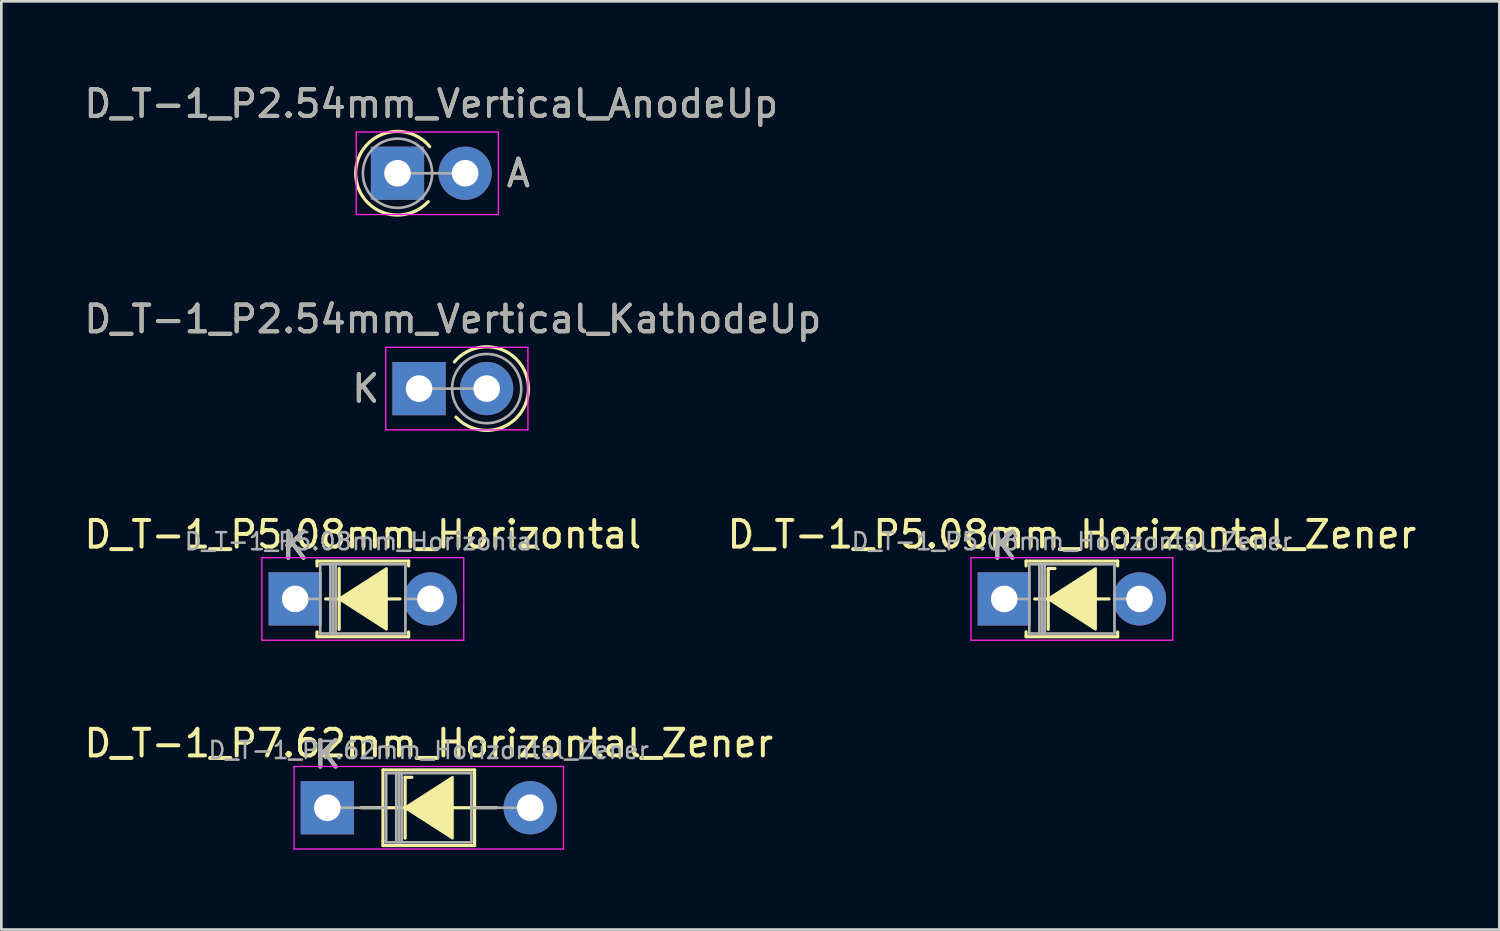
<source format=kicad_pcb>
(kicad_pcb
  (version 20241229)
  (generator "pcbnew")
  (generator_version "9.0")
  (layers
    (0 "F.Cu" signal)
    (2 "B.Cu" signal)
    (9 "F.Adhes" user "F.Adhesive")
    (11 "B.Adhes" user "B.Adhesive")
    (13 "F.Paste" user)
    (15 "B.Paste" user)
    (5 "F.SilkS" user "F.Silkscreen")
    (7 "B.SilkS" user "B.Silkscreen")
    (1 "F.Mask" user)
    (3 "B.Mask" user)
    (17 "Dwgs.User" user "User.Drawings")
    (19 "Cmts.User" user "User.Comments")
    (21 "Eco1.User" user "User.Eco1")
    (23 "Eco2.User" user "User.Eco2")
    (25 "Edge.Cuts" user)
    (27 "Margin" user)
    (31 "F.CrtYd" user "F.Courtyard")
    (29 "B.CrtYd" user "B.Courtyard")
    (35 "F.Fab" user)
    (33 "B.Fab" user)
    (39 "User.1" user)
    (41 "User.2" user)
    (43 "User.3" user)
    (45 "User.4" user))
  (footprint "D_T-1_P5.08mm_Horizontal"
    (layer "F.Cu")
    (at 8.037 19.444)
    (property "Reference" "D_T-1_P5.08mm_Horizontal" (at 2.54 -2.42 0) (layer "F.SilkS") (effects (font (size 1 1) (thickness 0.15))))
    (attr through_hole)
    (fp_line (start 0.82 -1.42) (end 4.26 -1.42) (stroke (width 0.12) (type solid)) (layer "F.SilkS"))
    (fp_line (start 0.82 -1.24) (end 0.82 -1.42) (stroke (width 0.12) (type solid)) (layer "F.SilkS"))
    (fp_line (start 0.82 1.24) (end 0.82 1.42) (stroke (width 0.12) (type solid)) (layer "F.SilkS"))
    (fp_line (start 0.82 1.42) (end 4.26 1.42) (stroke (width 0.12) (type solid)) (layer "F.SilkS"))
    (fp_line (start 1.651 -1.143) (end 1.651 1.143) (stroke (width 0.12) (type solid)) (layer "F.SilkS"))
    (fp_line (start 1.778 0) (end 1.143 0) (stroke (width 0.12) (type solid)) (layer "F.SilkS"))
    (fp_line (start 3.429 0) (end 3.937 0) (stroke (width 0.12) (type solid)) (layer "F.SilkS"))
    (fp_line (start 4.26 -1.42) (end 4.26 -1.24) (stroke (width 0.12) (type solid)) (layer "F.SilkS"))
    (fp_line (start 4.26 1.42) (end 4.26 1.24) (stroke (width 0.12) (type solid)) (layer "F.SilkS"))
    (fp_poly (pts (xy 3.429 1.143) (xy 1.651 0) (xy 3.429 -1.143)) (stroke (width 0.1) (type solid)) (fill yes) (layer "F.SilkS"))
    (fp_line (start -1.25 -1.55) (end -1.25 1.55) (stroke (width 0.05) (type solid)) (layer "F.CrtYd"))
    (fp_line (start -1.25 1.55) (end 6.33 1.55) (stroke (width 0.05) (type solid)) (layer "F.CrtYd"))
    (fp_line (start 6.33 -1.55) (end -1.25 -1.55) (stroke (width 0.05) (type solid)) (layer "F.CrtYd"))
    (fp_line (start 6.33 1.55) (end 6.33 -1.55) (stroke (width 0.05) (type solid)) (layer "F.CrtYd"))
    (fp_line (start 0 0) (end 0.94 0) (stroke (width 0.1) (type solid)) (layer "F.Fab"))
    (fp_line (start 0.94 -1.3) (end 0.94 1.3) (stroke (width 0.1) (type solid)) (layer "F.Fab"))
    (fp_line (start 0.94 1.3) (end 4.14 1.3) (stroke (width 0.1) (type solid)) (layer "F.Fab"))
    (fp_line (start 1.32 -1.3) (end 1.32 1.3) (stroke (width 0.1) (type solid)) (layer "F.Fab"))
    (fp_line (start 1.42 -1.3) (end 1.42 1.3) (stroke (width 0.1) (type solid)) (layer "F.Fab"))
    (fp_line (start 1.52 -1.3) (end 1.52 1.3) (stroke (width 0.1) (type solid)) (layer "F.Fab"))
    (fp_line (start 4.14 -1.3) (end 0.94 -1.3) (stroke (width 0.1) (type solid)) (layer "F.Fab"))
    (fp_line (start 4.14 1.3) (end 4.14 -1.3) (stroke (width 0.1) (type solid)) (layer "F.Fab"))
    (fp_line (start 5.08 0) (end 4.14 0) (stroke (width 0.1) (type solid)) (layer "F.Fab"))
    (fp_text user "K" (at 0 -2 0) (layer "F.SilkS") (effects (font (size 1 1) (thickness 0.15))))
    (fp_text user "${REFERENCE}" (at 2.54 -2.159 0) (layer "F.Fab") (effects (font (size 0.64 0.64) (thickness 0.096))))
    (fp_text user "K" (at 0 -2 0) (layer "F.Fab") (effects (font (size 1 1) (thickness 0.15))))
    (pad "1" thru_hole rect (at 0 0) (size 2 2) (drill 1) (layers "*.Cu" "*.Mask"))
    (pad "2" thru_hole oval (at 5.08 0) (size 2 2) (drill 1) (layers "*.Cu" "*.Mask")))
  (footprint "D_T-1_P5.08mm_Horizontal_Zener"
    (layer "F.Cu")
    (at 34.668 19.444)
    (property "Reference" "D_T-1_P5.08mm_Horizontal_Zener" (at 2.54 -2.42 0) (layer "F.SilkS") (effects (font (size 1 1) (thickness 0.15))))
    (attr through_hole)
    (fp_line (start 0.82 -1.42) (end 4.26 -1.42) (stroke (width 0.12) (type solid)) (layer "F.SilkS"))
    (fp_line (start 0.82 -1.24) (end 0.82 -1.42) (stroke (width 0.12) (type solid)) (layer "F.SilkS"))
    (fp_line (start 0.82 1.24) (end 0.82 1.42) (stroke (width 0.12) (type solid)) (layer "F.SilkS"))
    (fp_line (start 0.82 1.42) (end 4.26 1.42) (stroke (width 0.12) (type solid)) (layer "F.SilkS"))
    (fp_line (start 1.651 -1.143) (end 1.651 1.143) (stroke (width 0.12) (type solid)) (layer "F.SilkS"))
    (fp_line (start 1.651 -1.143) (end 1.905 -1.143) (stroke (width 0.12) (type solid)) (layer "F.SilkS"))
    (fp_line (start 1.778 0) (end 1.143 0) (stroke (width 0.12) (type solid)) (layer "F.SilkS"))
    (fp_line (start 3.429 0) (end 3.937 0) (stroke (width 0.12) (type solid)) (layer "F.SilkS"))
    (fp_line (start 4.26 -1.42) (end 4.26 -1.24) (stroke (width 0.12) (type solid)) (layer "F.SilkS"))
    (fp_line (start 4.26 1.42) (end 4.26 1.24) (stroke (width 0.12) (type solid)) (layer "F.SilkS"))
    (fp_poly (pts (xy 3.429 1.143) (xy 1.651 0) (xy 3.429 -1.143)) (stroke (width 0.1) (type solid)) (fill yes) (layer "F.SilkS"))
    (fp_line (start -1.25 -1.55) (end -1.25 1.55) (stroke (width 0.05) (type solid)) (layer "F.CrtYd"))
    (fp_line (start -1.25 1.55) (end 6.33 1.55) (stroke (width 0.05) (type solid)) (layer "F.CrtYd"))
    (fp_line (start 6.33 -1.55) (end -1.25 -1.55) (stroke (width 0.05) (type solid)) (layer "F.CrtYd"))
    (fp_line (start 6.33 1.55) (end 6.33 -1.55) (stroke (width 0.05) (type solid)) (layer "F.CrtYd"))
    (fp_line (start 0 0) (end 0.94 0) (stroke (width 0.1) (type solid)) (layer "F.Fab"))
    (fp_line (start 0.94 -1.3) (end 0.94 1.3) (stroke (width 0.1) (type solid)) (layer "F.Fab"))
    (fp_line (start 0.94 1.3) (end 4.14 1.3) (stroke (width 0.1) (type solid)) (layer "F.Fab"))
    (fp_line (start 1.32 -1.3) (end 1.32 1.3) (stroke (width 0.1) (type solid)) (layer "F.Fab"))
    (fp_line (start 1.42 -1.3) (end 1.42 1.3) (stroke (width 0.1) (type solid)) (layer "F.Fab"))
    (fp_line (start 1.52 -1.3) (end 1.52 1.3) (stroke (width 0.1) (type solid)) (layer "F.Fab"))
    (fp_line (start 4.14 -1.3) (end 0.94 -1.3) (stroke (width 0.1) (type solid)) (layer "F.Fab"))
    (fp_line (start 4.14 1.3) (end 4.14 -1.3) (stroke (width 0.1) (type solid)) (layer "F.Fab"))
    (fp_line (start 5.08 0) (end 4.14 0) (stroke (width 0.1) (type solid)) (layer "F.Fab"))
    (fp_text user "K" (at 0 -2 0) (layer "F.SilkS") (effects (font (size 1 1) (thickness 0.15))))
    (fp_text user "${REFERENCE}" (at 2.54 -2.159 0) (layer "F.Fab") (effects (font (size 0.64 0.64) (thickness 0.096))))
    (fp_text user "K" (at 0 -2 0) (layer "F.Fab") (effects (font (size 1 1) (thickness 0.15))))
    (pad "1" thru_hole rect (at 0 0) (size 2 2) (drill 1) (layers "*.Cu" "*.Mask"))
    (pad "2" thru_hole oval (at 5.08 0) (size 2 2) (drill 1) (layers "*.Cu" "*.Mask")))
  (footprint "D_T-1_P2.54mm_Vertical_AnodeUp"
    (layer "F.Cu")
    (at 11.879 3.457)
    (property "Reference" "D_T-1_P2.54mm_Vertical_AnodeUp" (at 1.27 -2.609 0) (layer "F.SilkS") (effects (font (size 1 1) (thickness 0.15))))
    (attr through_hole)
    (fp_arc (start 1.151253 1.067982) (mid -1.56969 -0.045178) (end 1.210772 -1) (stroke (width 0.12) (type solid)) (layer "F.SilkS"))
    (fp_line (start -1.55 -1.55) (end -1.55 1.55) (stroke (width 0.05) (type solid)) (layer "F.CrtYd"))
    (fp_line (start -1.55 1.55) (end 3.79 1.55) (stroke (width 0.05) (type solid)) (layer "F.CrtYd"))
    (fp_line (start 3.79 -1.55) (end -1.55 -1.55) (stroke (width 0.05) (type solid)) (layer "F.CrtYd"))
    (fp_line (start 3.79 1.55) (end 3.79 -1.55) (stroke (width 0.05) (type solid)) (layer "F.CrtYd"))
    (fp_line (start 0 0) (end 2.54 0) (stroke (width 0.1) (type solid)) (layer "F.Fab"))
    (fp_circle (center 0 0) (end 1.3 0) (stroke (width 0.1) (type solid)) (fill no) (layer "F.Fab"))
    (fp_text user "A" (at 4.54 0 0) (layer "F.SilkS") (effects (font (size 1 1) (thickness 0.15))))
    (fp_text user "${REFERENCE}" (at 1.27 -2.609 0) (layer "F.Fab") (effects (font (size 1 1) (thickness 0.15))))
    (fp_text user "A" (at 4.54 0 0) (layer "F.Fab") (effects (font (size 1 1) (thickness 0.15))))
    (pad "1" thru_hole rect (at 0 0) (size 2 2) (drill 1) (layers "*.Cu" "*.Mask"))
    (pad "2" thru_hole oval (at 2.54 0) (size 2 2) (drill 1) (layers "*.Cu" "*.Mask")))
  (footprint "D_T-1_P2.54mm_Vertical_KathodeUp"
    (layer "F.Cu")
    (at 12.688 11.545)
    (property "Reference" "D_T-1_P2.54mm_Vertical_KathodeUp" (at 1.27 -2.609 0) (layer "F.SilkS") (effects (font (size 1 1) (thickness 0.15))))
    (attr through_hole)
    (fp_arc (start 1.329228 -1) (mid 4.10969 -0.045178) (end 1.388747 1.067982) (stroke (width 0.12) (type solid)) (layer "F.SilkS"))
    (fp_line (start -1.25 -1.55) (end -1.25 1.55) (stroke (width 0.05) (type solid)) (layer "F.CrtYd"))
    (fp_line (start -1.25 1.55) (end 4.09 1.55) (stroke (width 0.05) (type solid)) (layer "F.CrtYd"))
    (fp_line (start 4.09 -1.55) (end -1.25 -1.55) (stroke (width 0.05) (type solid)) (layer "F.CrtYd"))
    (fp_line (start 4.09 1.55) (end 4.09 -1.55) (stroke (width 0.05) (type solid)) (layer "F.CrtYd"))
    (fp_line (start 0 0) (end 2.54 0) (stroke (width 0.1) (type solid)) (layer "F.Fab"))
    (fp_circle (center 2.54 0) (end 3.84 0) (stroke (width 0.1) (type solid)) (fill no) (layer "F.Fab"))
    (fp_text user "K" (at -2 0 0) (layer "F.SilkS") (effects (font (size 1 1) (thickness 0.15))))
    (fp_text user "${REFERENCE}" (at 1.27 -2.609 0) (layer "F.Fab") (effects (font (size 1 1) (thickness 0.15))))
    (fp_text user "K" (at -2 0 0) (layer "F.Fab") (effects (font (size 1 1) (thickness 0.15))))
    (pad "1" thru_hole rect (at 0 0) (size 2 2) (drill 1) (layers "*.Cu" "*.Mask"))
    (pad "2" thru_hole oval (at 2.54 0) (size 2 2) (drill 1) (layers "*.Cu" "*.Mask")))
  (footprint "D_T-1_P7.62mm_Horizontal_Zener"
    (layer "F.Cu")
    (at 9.244 27.287)
    (property "Reference" "D_T-1_P7.62mm_Horizontal_Zener" (at 3.81 -2.42 0) (layer "F.SilkS") (effects (font (size 1 1) (thickness 0.15))))
    (attr through_hole)
    (fp_line (start 2.09 -1.42) (end 5.53 -1.42) (stroke (width 0.12) (type solid)) (layer "F.SilkS"))
    (fp_line (start 2.09 1.24) (end 2.09 -1.42) (stroke (width 0.12) (type solid)) (layer "F.SilkS"))
    (fp_line (start 2.09 1.24) (end 2.09 1.42) (stroke (width 0.12) (type solid)) (layer "F.SilkS"))
    (fp_line (start 2.09 1.42) (end 5.53 1.42) (stroke (width 0.12) (type solid)) (layer "F.SilkS"))
    (fp_line (start 2.921 -1.143) (end 2.921 1.143) (stroke (width 0.12) (type solid)) (layer "F.SilkS"))
    (fp_line (start 2.921 -1.143) (end 3.175 -1.143) (stroke (width 0.12) (type solid)) (layer "F.SilkS"))
    (fp_line (start 3.048 0) (end 1.27 0) (stroke (width 0.12) (type solid)) (layer "F.SilkS"))
    (fp_line (start 4.699 0) (end 6.35 0) (stroke (width 0.12) (type solid)) (layer "F.SilkS"))
    (fp_line (start 5.53 -1.42) (end 5.53 1.24) (stroke (width 0.12) (type solid)) (layer "F.SilkS"))
    (fp_line (start 5.53 1.42) (end 5.53 1.24) (stroke (width 0.12) (type solid)) (layer "F.SilkS"))
    (fp_poly (pts (xy 4.699 1.143) (xy 2.921 0) (xy 4.699 -1.143)) (stroke (width 0.1) (type solid)) (fill yes) (layer "F.SilkS"))
    (fp_line (start -1.25 -1.55) (end -1.25 1.55) (stroke (width 0.05) (type solid)) (layer "F.CrtYd"))
    (fp_line (start -1.25 1.55) (end 8.87 1.55) (stroke (width 0.05) (type solid)) (layer "F.CrtYd"))
    (fp_line (start 8.87 -1.55) (end -1.25 -1.55) (stroke (width 0.05) (type solid)) (layer "F.CrtYd"))
    (fp_line (start 8.87 1.55) (end 8.87 -1.55) (stroke (width 0.05) (type solid)) (layer "F.CrtYd"))
    (fp_line (start 0 0) (end 2.21 0) (stroke (width 0.1) (type solid)) (layer "F.Fab"))
    (fp_line (start 2.21 -1.3) (end 2.21 1.3) (stroke (width 0.1) (type solid)) (layer "F.Fab"))
    (fp_line (start 2.21 1.3) (end 5.41 1.3) (stroke (width 0.1) (type solid)) (layer "F.Fab"))
    (fp_line (start 2.59 -1.3) (end 2.59 1.3) (stroke (width 0.1) (type solid)) (layer "F.Fab"))
    (fp_line (start 2.69 -1.3) (end 2.69 1.3) (stroke (width 0.1) (type solid)) (layer "F.Fab"))
    (fp_line (start 2.79 -1.3) (end 2.79 1.3) (stroke (width 0.1) (type solid)) (layer "F.Fab"))
    (fp_line (start 5.41 -1.3) (end 2.21 -1.3) (stroke (width 0.1) (type solid)) (layer "F.Fab"))
    (fp_line (start 5.41 1.3) (end 5.41 -1.3) (stroke (width 0.1) (type solid)) (layer "F.Fab"))
    (fp_line (start 7.62 0) (end 5.41 0) (stroke (width 0.1) (type solid)) (layer "F.Fab"))
    (fp_text user "K" (at 0 -2 0) (layer "F.SilkS") (effects (font (size 1 1) (thickness 0.15))))
    (fp_text user "K" (at 0 -2 0) (layer "F.Fab") (effects (font (size 1 1) (thickness 0.15))))
    (fp_text user "${REFERENCE}" (at 3.81 -2.159 0) (layer "F.Fab") (effects (font (size 0.64 0.64) (thickness 0.096))))
    (pad "1" thru_hole rect (at 0 0) (size 2 2) (drill 1) (layers "*.Cu" "*.Mask"))
    (pad "2" thru_hole oval (at 7.62 0) (size 2 2) (drill 1) (layers "*.Cu" "*.Mask")))
  (gr_rect
    (start -3 -3)
    (end 53.262 31.862)
    (stroke (width 0.1) (type default))
    (fill no)
    (layer "Edge.Cuts")))
</source>
